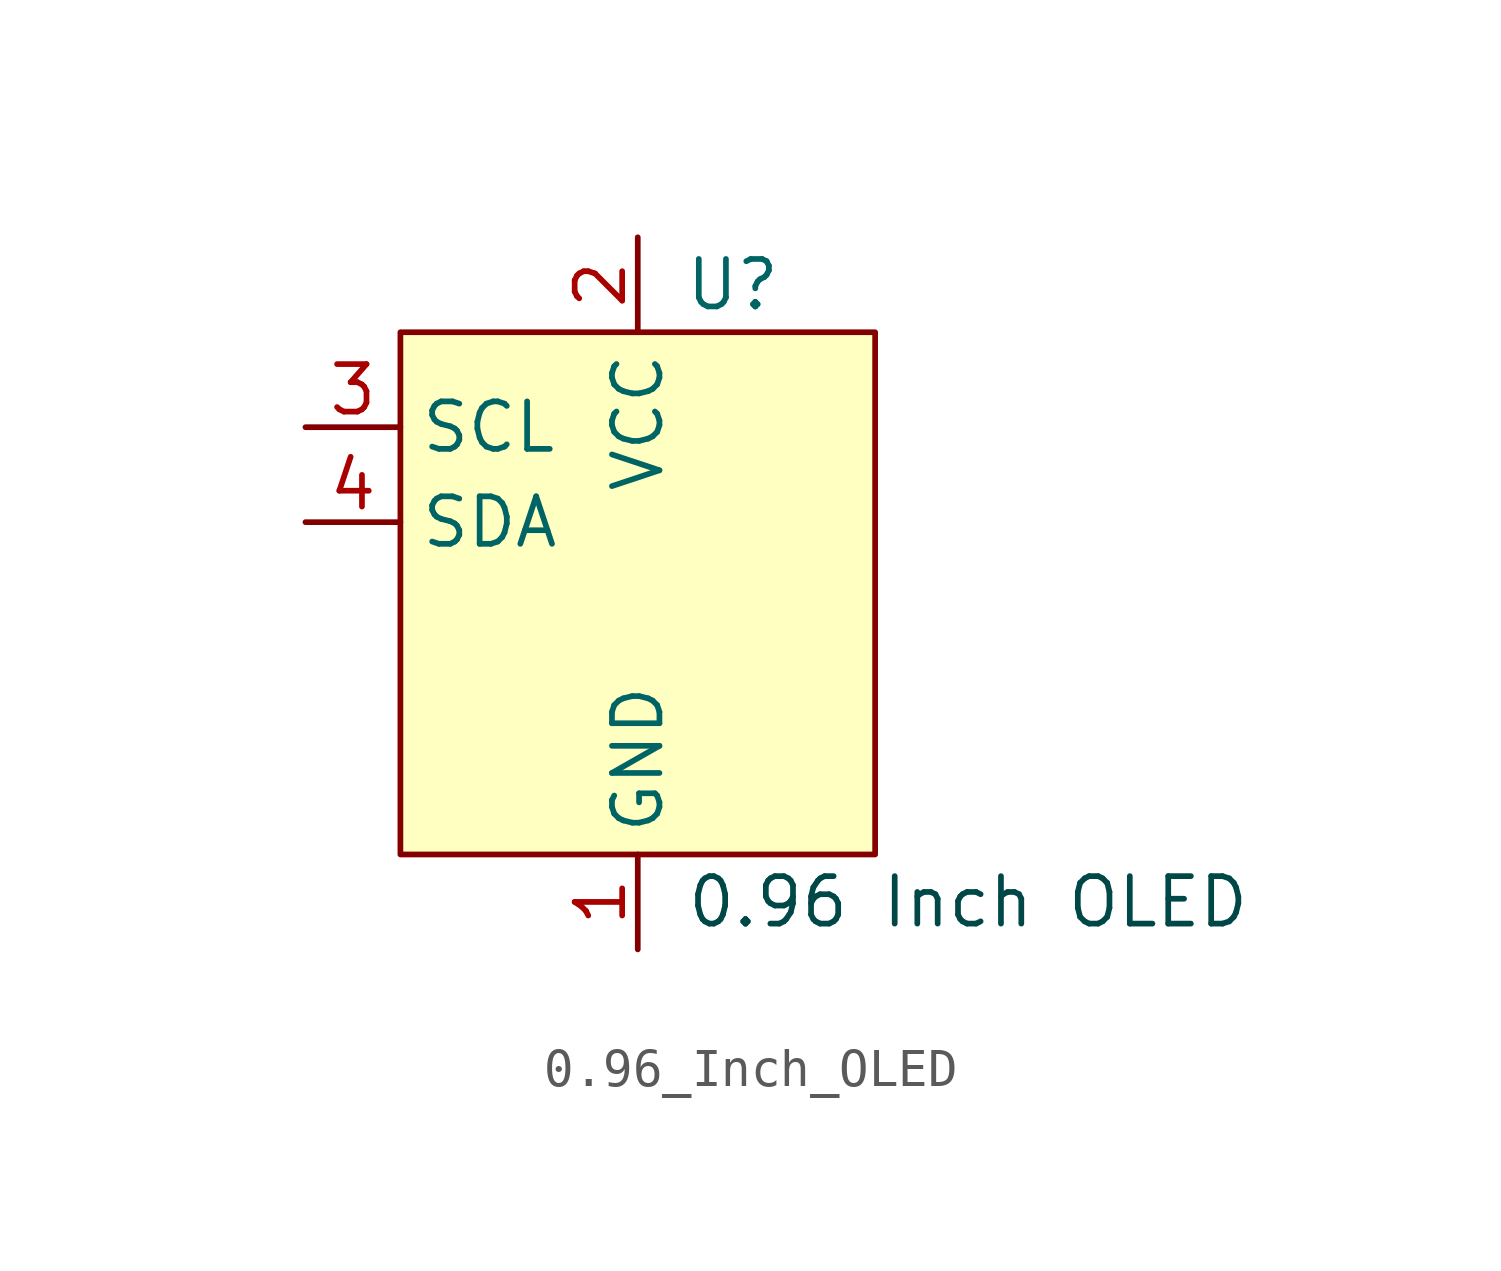
<source format=kicad_sym>
(kicad_symbol_lib
  (version 20231120)
  (generator "kicad_symbol_editor")
  (generator_version "8.0")
  (symbol "0.96_Inch_OLED"
    (property "Reference" "U"
      (at 2.54 7.62 0)
      (effects (font (size 1.27 1.27))))
    (property "Value" ""
      (at -10.16 -2.54 0)
      (effects (font (size 1.27 1.27))))
    (symbol "0.96_Inch_OLED_1_1"
      (rectangle (start -6.35 6.35) (end 6.35 -7.62) (stroke (width 0) (type default)) (fill (type background)))
      (text "0.96 Inch OLED" (at 1.27 -8.89 0) (effects (font (size 1.27 1.27) (color 0 72 72 1)) (justify left)))
      (pin power_in line (at 0 -10.16 90) (length 2.54) (name "GND" (effects (font (size 1.27 1.27)))) (number "1" (effects (font (size 1.27 1.27)))))
      (pin power_in line (at 0 8.89 270) (length 2.54) (name "VCC" (effects (font (size 1.27 1.27)))) (number "2" (effects (font (size 1.27 1.27)))))
      (pin input line (at -8.89 3.81 0) (length 2.54) (name "SCL" (effects (font (size 1.27 1.27)))) (number "3" (effects (font (size 1.27 1.27)))))
      (pin bidirectional line (at -8.89 1.27 0) (length 2.54) (name "SDA" (effects (font (size 1.27 1.27)))) (number "4" (effects (font (size 1.27 1.27))))))))
</source>
